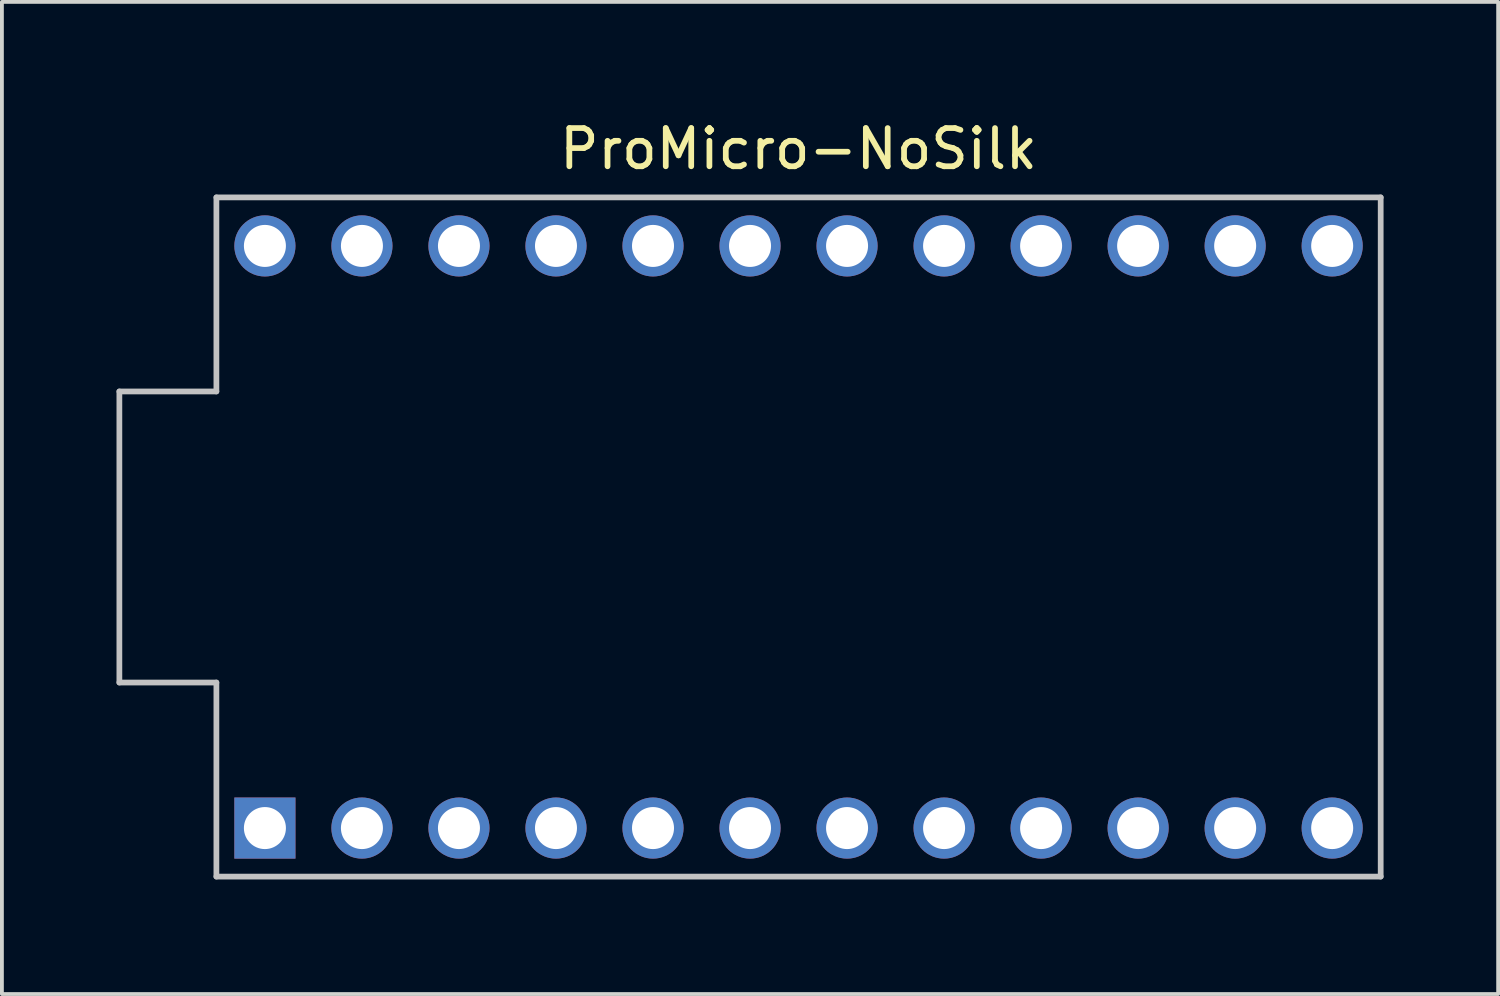
<source format=kicad_pcb>
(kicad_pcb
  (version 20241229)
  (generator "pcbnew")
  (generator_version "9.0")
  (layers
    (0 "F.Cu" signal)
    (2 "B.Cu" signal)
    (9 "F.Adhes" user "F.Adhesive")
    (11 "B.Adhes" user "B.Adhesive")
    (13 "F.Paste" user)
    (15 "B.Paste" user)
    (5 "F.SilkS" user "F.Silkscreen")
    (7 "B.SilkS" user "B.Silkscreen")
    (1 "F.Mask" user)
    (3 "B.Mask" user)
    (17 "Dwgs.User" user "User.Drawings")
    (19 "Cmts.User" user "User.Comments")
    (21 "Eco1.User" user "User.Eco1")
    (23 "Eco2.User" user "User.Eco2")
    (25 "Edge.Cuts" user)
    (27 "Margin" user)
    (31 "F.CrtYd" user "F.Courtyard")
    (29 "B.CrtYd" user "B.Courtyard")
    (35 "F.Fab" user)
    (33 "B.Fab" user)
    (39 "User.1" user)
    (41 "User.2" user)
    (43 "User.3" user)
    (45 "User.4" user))
  (footprint "ProMicro-NoSilk"
    (layer "F.Cu")
    (at 17.855 11.008)
    (property "Reference" "ProMicro-NoSilk" (at 0 -10.16 0) (layer "F.SilkS") (effects (font (size 1 1) (thickness 0.15))))
    (attr through_hole)
    (fp_line (start -17.78 -3.81) (end -15.24 -3.81) (stroke (width 0.15) (type solid)) (layer "Dwgs.User"))
    (fp_line (start -17.78 3.81) (end -17.78 -3.81) (stroke (width 0.15) (type solid)) (layer "Dwgs.User"))
    (fp_line (start -15.24 -8.89) (end 15.24 -8.89) (stroke (width 0.15) (type solid)) (layer "Dwgs.User"))
    (fp_line (start -15.24 -3.81) (end -15.24 -8.89) (stroke (width 0.15) (type solid)) (layer "Dwgs.User"))
    (fp_line (start -15.24 3.81) (end -17.78 3.81) (stroke (width 0.15) (type solid)) (layer "Dwgs.User"))
    (fp_line (start -15.24 8.89) (end -15.24 3.81) (stroke (width 0.15) (type solid)) (layer "Dwgs.User"))
    (fp_line (start -15.24 8.89) (end 15.24 8.89) (stroke (width 0.15) (type solid)) (layer "Dwgs.User"))
    (fp_line (start 15.24 -8.89) (end 15.24 8.89) (stroke (width 0.15) (type solid)) (layer "Dwgs.User"))
    (pad "1" thru_hole rect (at -13.97 7.62) (size 1.6 1.6) (drill 1.1) (layers "*.Cu" "*.Mask"))
    (pad "2" thru_hole circle (at -11.43 7.62) (size 1.6 1.6) (drill 1.1) (layers "*.Cu" "*.Mask"))
    (pad "3" thru_hole circle (at -8.89 7.62) (size 1.6 1.6) (drill 1.1) (layers "*.Cu" "*.Mask"))
    (pad "4" thru_hole circle (at -6.35 7.62) (size 1.6 1.6) (drill 1.1) (layers "*.Cu" "*.Mask"))
    (pad "5" thru_hole circle (at -3.81 7.62) (size 1.6 1.6) (drill 1.1) (layers "*.Cu" "*.Mask"))
    (pad "6" thru_hole circle (at -1.27 7.62) (size 1.6 1.6) (drill 1.1) (layers "*.Cu" "*.Mask"))
    (pad "7" thru_hole circle (at 1.27 7.62) (size 1.6 1.6) (drill 1.1) (layers "*.Cu" "*.Mask"))
    (pad "8" thru_hole circle (at 3.81 7.62) (size 1.6 1.6) (drill 1.1) (layers "*.Cu" "*.Mask"))
    (pad "9" thru_hole circle (at 6.35 7.62) (size 1.6 1.6) (drill 1.1) (layers "*.Cu" "*.Mask"))
    (pad "10" thru_hole circle (at 8.89 7.62) (size 1.6 1.6) (drill 1.1) (layers "*.Cu" "*.Mask"))
    (pad "11" thru_hole circle (at 11.43 7.62) (size 1.6 1.6) (drill 1.1) (layers "*.Cu" "*.Mask"))
    (pad "12" thru_hole circle (at 13.97 7.62) (size 1.6 1.6) (drill 1.1) (layers "*.Cu" "*.Mask"))
    (pad "13" thru_hole circle (at 13.97 -7.62) (size 1.6 1.6) (drill 1.1) (layers "*.Cu" "*.Mask"))
    (pad "14" thru_hole circle (at 11.43 -7.62) (size 1.6 1.6) (drill 1.1) (layers "*.Cu" "*.Mask"))
    (pad "15" thru_hole circle (at 8.89 -7.62) (size 1.6 1.6) (drill 1.1) (layers "*.Cu" "*.Mask"))
    (pad "16" thru_hole circle (at 6.35 -7.62) (size 1.6 1.6) (drill 1.1) (layers "*.Cu" "*.Mask"))
    (pad "17" thru_hole circle (at 3.81 -7.62) (size 1.6 1.6) (drill 1.1) (layers "*.Cu" "*.Mask"))
    (pad "18" thru_hole circle (at 1.27 -7.62) (size 1.6 1.6) (drill 1.1) (layers "*.Cu" "*.Mask"))
    (pad "19" thru_hole circle (at -1.27 -7.62) (size 1.6 1.6) (drill 1.1) (layers "*.Cu" "*.Mask"))
    (pad "20" thru_hole circle (at -3.81 -7.62) (size 1.6 1.6) (drill 1.1) (layers "*.Cu" "*.Mask"))
    (pad "21" thru_hole circle (at -6.35 -7.62) (size 1.6 1.6) (drill 1.1) (layers "*.Cu" "*.Mask"))
    (pad "22" thru_hole circle (at -8.89 -7.62) (size 1.6 1.6) (drill 1.1) (layers "*.Cu" "*.Mask"))
    (pad "23" thru_hole circle (at -11.43 -7.62) (size 1.6 1.6) (drill 1.1) (layers "*.Cu" "*.Mask"))
    (pad "24" thru_hole circle (at -13.97 -7.62) (size 1.6 1.6) (drill 1.1) (layers "*.Cu" "*.Mask")))
  (gr_rect
    (start -3 -3)
    (end 36.17 22.973)
    (stroke (width 0.1) (type default))
    (fill no)
    (layer "Edge.Cuts")))
</source>
